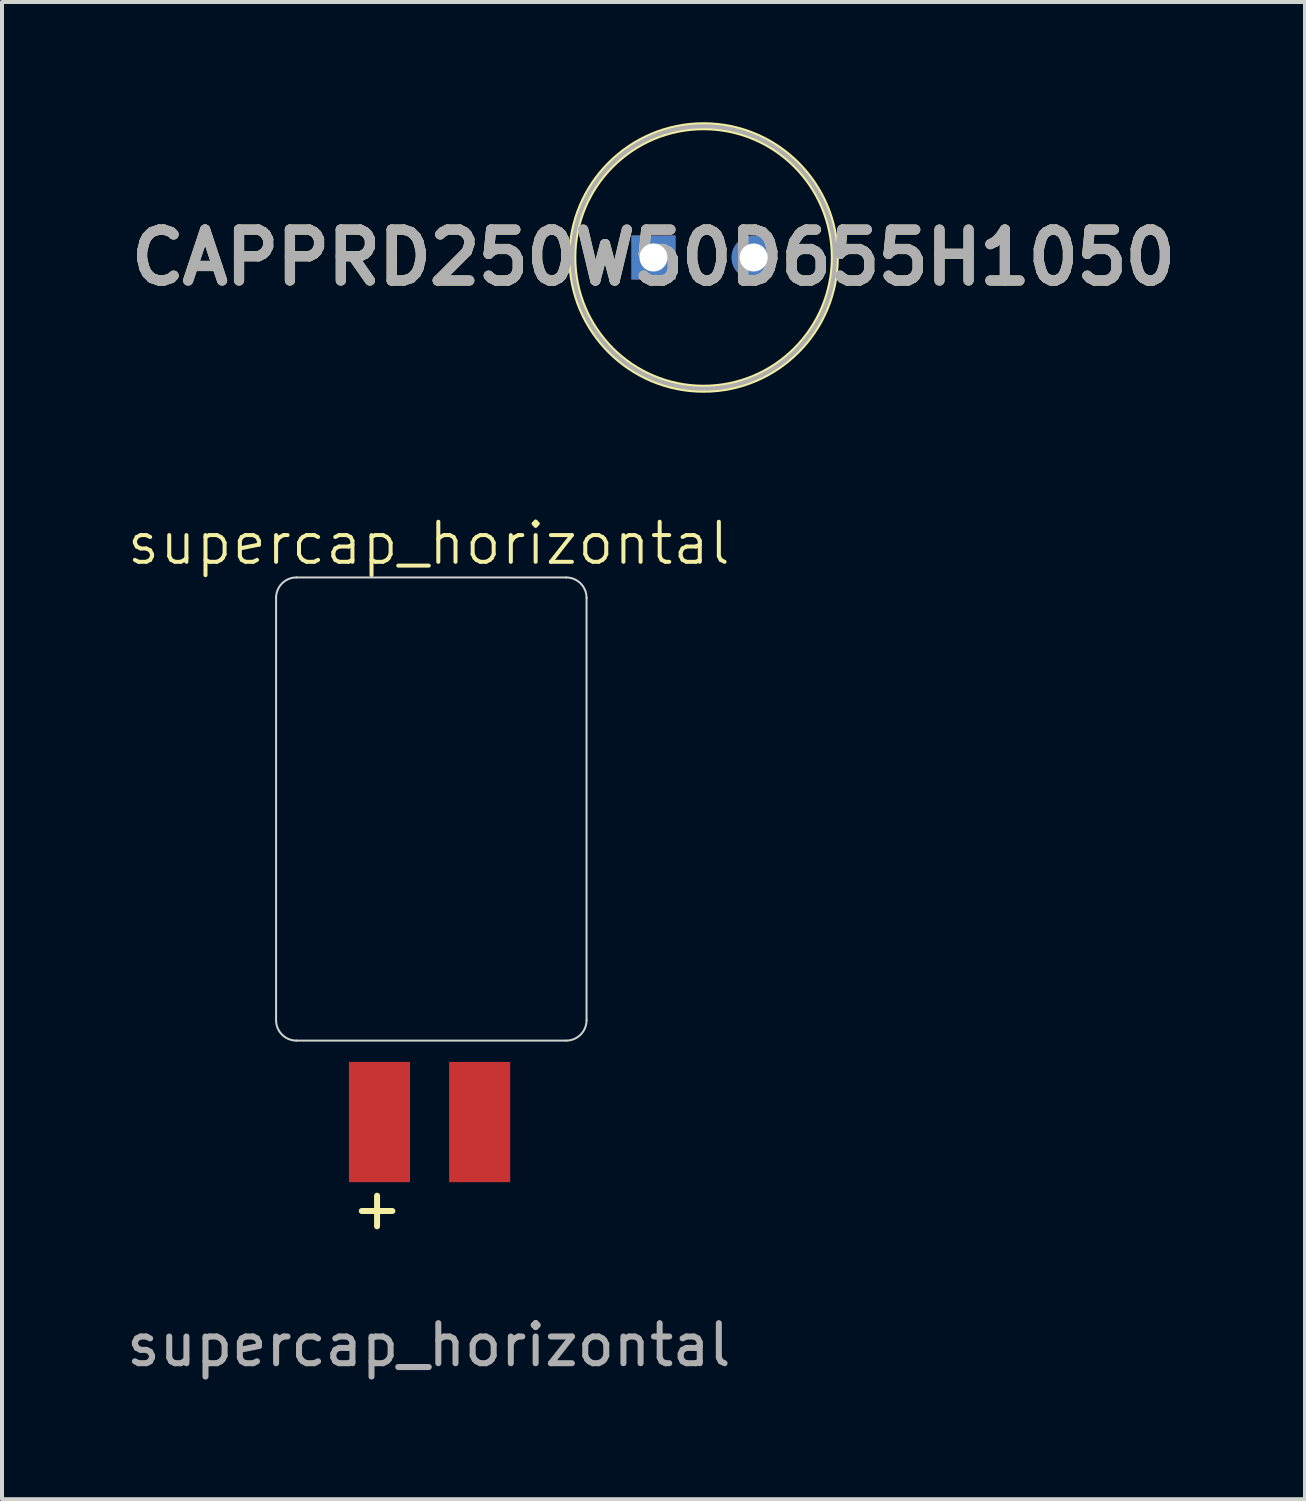
<source format=kicad_pcb>
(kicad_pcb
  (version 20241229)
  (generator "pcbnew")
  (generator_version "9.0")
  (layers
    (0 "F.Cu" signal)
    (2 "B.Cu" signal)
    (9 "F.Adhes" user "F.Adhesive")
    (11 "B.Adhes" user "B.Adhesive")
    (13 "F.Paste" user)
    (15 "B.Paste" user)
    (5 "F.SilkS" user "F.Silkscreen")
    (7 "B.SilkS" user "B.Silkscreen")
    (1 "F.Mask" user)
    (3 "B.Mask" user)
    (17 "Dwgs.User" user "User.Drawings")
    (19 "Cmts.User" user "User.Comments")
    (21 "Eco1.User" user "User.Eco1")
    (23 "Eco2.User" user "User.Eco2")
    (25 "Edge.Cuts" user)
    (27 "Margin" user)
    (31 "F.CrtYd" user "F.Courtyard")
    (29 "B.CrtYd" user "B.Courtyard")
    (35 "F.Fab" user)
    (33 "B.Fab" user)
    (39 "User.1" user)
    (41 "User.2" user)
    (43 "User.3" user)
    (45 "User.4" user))
  (footprint "supercap_horizontal"
    (layer "F.Cu")
    (at 7.649 21.011)
    (property "Reference" "supercap_horizontal" (at 0 -10.5 0) (unlocked yes) (layer "F.SilkS") (effects (font (size 1 1) (thickness 0.1))))
    (attr smd)
    (fp_line (start -3.81 -9.144) (end -3.81 1.397) (stroke (width 0.05) (type default)) (layer "Edge.Cuts"))
    (fp_line (start 3.429 -9.652) (end -3.302 -9.652) (stroke (width 0.05) (type default)) (layer "Edge.Cuts"))
    (fp_line (start 3.429 1.905) (end -3.302 1.905) (stroke (width 0.05) (type default)) (layer "Edge.Cuts"))
    (fp_line (start 3.937 1.397) (end 3.937 -9.144) (stroke (width 0.05) (type default)) (layer "Edge.Cuts"))
    (fp_arc (start -3.81 -9.144) (mid -3.66121 -9.50321) (end -3.302 -9.652) (stroke (width 0.05) (type default)) (layer "Edge.Cuts"))
    (fp_arc (start -3.302 1.905) (mid -3.66121 1.75621) (end -3.81 1.397) (stroke (width 0.05) (type default)) (layer "Edge.Cuts"))
    (fp_arc (start 3.429 -9.652) (mid 3.78821 -9.50321) (end 3.937 -9.144) (stroke (width 0.05) (type default)) (layer "Edge.Cuts"))
    (fp_arc (start 3.937 1.397) (mid 3.78821 1.75621) (end 3.429 1.905) (stroke (width 0.05) (type default)) (layer "Edge.Cuts"))
    (fp_text user "+" (at -2.008 6.668 0) (unlocked yes) (layer "F.SilkS") (effects (font (size 1 1) (thickness 0.15)) (justify left bottom)))
    (fp_text user "${REFERENCE}" (at 0 9.5 0) (unlocked yes) (layer "F.Fab") (effects (font (size 1 1) (thickness 0.15))))
    (pad "1" smd rect (at -1.23 3.937 90) (size 3 1.524) (layers "F.Cu" "F.Mask" "F.Paste"))
    (pad "2" smd rect (at 1.27 3.937 90) (size 3 1.524) (layers "F.Cu" "F.Mask" "F.Paste")))
  (footprint "CAPPRD250W50D655H1050"
    (layer "F.Cu")
    (at 13.256 3.375)
    (property "Reference" "CAPPRD250W50D655H1050" (at 0 0 0) (layer "F.SilkS") (effects (font (size 1.27 1.27) (thickness 0.254))))
    (attr through_hole)
    (fp_circle (center 1.25 0) (end 1.25 3.275) (stroke (width 0.2) (type solid)) (fill no) (layer "F.SilkS"))
    (fp_circle (center 1.25 0) (end 1.25 3.275) (stroke (width 0.1) (type solid)) (fill no) (layer "F.Fab"))
    (fp_text user "${REFERENCE}" (at 0 0 0) (layer "F.Fab") (effects (font (size 1.27 1.27) (thickness 0.254))))
    (pad "1" thru_hole rect (at 0 0) (size 1.1 1.1) (drill 0.7) (layers "*.Cu" "*.Mask"))
    (pad "2" thru_hole circle (at 2.5 0) (size 1.1 1.1) (drill 0.7) (layers "*.Cu" "*.Mask")))
  (gr_rect
    (start -3 -3)
    (end 29.513 34.359)
    (stroke (width 0.1) (type default))
    (fill no)
    (layer "Edge.Cuts")))
</source>
